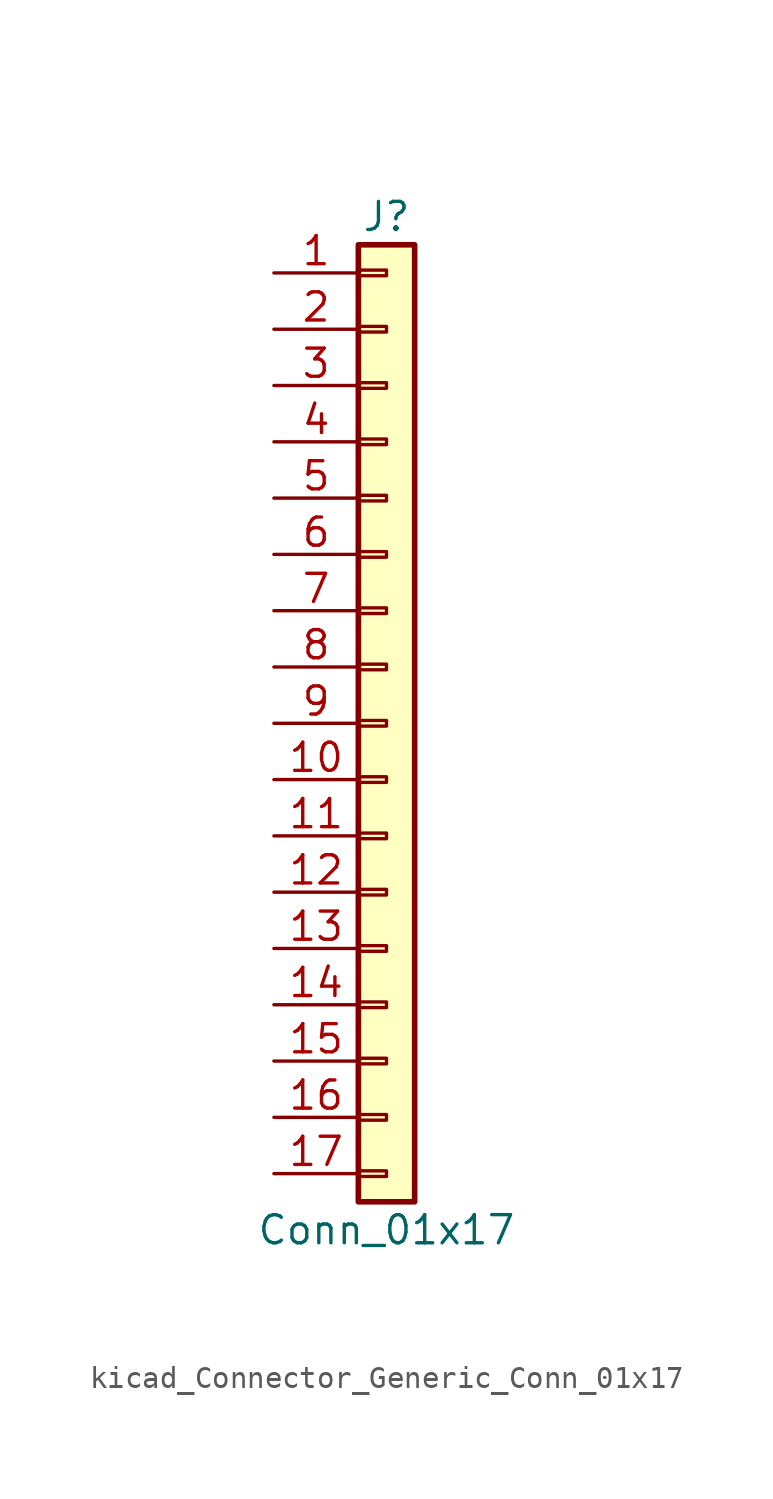
<source format=kicad_sym>
(kicad_symbol_lib
  (version 20220914)
  (generator kicad_symbol_editor)
  (symbol "kicad_Connector_Generic_Conn_01x17"
    (pin_names
      (offset 1.016) hide)
    (property "Reference" "J"
      (at 0 22.86 0)
      (effects (font (size 1.27 1.27))))
    (property "Value" "Conn_01x17"
      (at 0 -22.86 0)
      (effects (font (size 1.27 1.27))))
    (symbol "kicad_Connector_Generic_Conn_01x17_1_1"
      (rectangle (start -1.27 -20.193) (end 0 -20.447) (stroke (width 0.152) (type default)) (fill (type none)))
      (rectangle (start -1.27 -17.653) (end 0 -17.907) (stroke (width 0.152) (type default)) (fill (type none)))
      (rectangle (start -1.27 -15.113) (end 0 -15.367) (stroke (width 0.152) (type default)) (fill (type none)))
      (rectangle (start -1.27 -12.573) (end 0 -12.827) (stroke (width 0.152) (type default)) (fill (type none)))
      (rectangle (start -1.27 -10.033) (end 0 -10.287) (stroke (width 0.152) (type default)) (fill (type none)))
      (rectangle (start -1.27 -7.493) (end 0 -7.747) (stroke (width 0.152) (type default)) (fill (type none)))
      (rectangle (start -1.27 -4.953) (end 0 -5.207) (stroke (width 0.152) (type default)) (fill (type none)))
      (rectangle (start -1.27 -2.413) (end 0 -2.667) (stroke (width 0.152) (type default)) (fill (type none)))
      (rectangle (start -1.27 0.127) (end 0 -0.127) (stroke (width 0.152) (type default)) (fill (type none)))
      (rectangle (start -1.27 2.667) (end 0 2.413) (stroke (width 0.152) (type default)) (fill (type none)))
      (rectangle (start -1.27 5.207) (end 0 4.953) (stroke (width 0.152) (type default)) (fill (type none)))
      (rectangle (start -1.27 7.747) (end 0 7.493) (stroke (width 0.152) (type default)) (fill (type none)))
      (rectangle (start -1.27 10.287) (end 0 10.033) (stroke (width 0.152) (type default)) (fill (type none)))
      (rectangle (start -1.27 12.827) (end 0 12.573) (stroke (width 0.152) (type default)) (fill (type none)))
      (rectangle (start -1.27 15.367) (end 0 15.113) (stroke (width 0.152) (type default)) (fill (type none)))
      (rectangle (start -1.27 17.907) (end 0 17.653) (stroke (width 0.152) (type default)) (fill (type none)))
      (rectangle (start -1.27 20.447) (end 0 20.193) (stroke (width 0.152) (type default)) (fill (type none)))
      (rectangle (start -1.27 21.59) (end 1.27 -21.59) (stroke (width 0.254) (type default)) (fill (type background)))
      (pin passive line (at -5.08 20.32 0) (length 3.81) (name "Pin_1" (effects (font (size 1.27 1.27)))) (number "1" (effects (font (size 1.27 1.27)))))
      (pin passive line (at -5.08 -2.54 0) (length 3.81) (name "Pin_10" (effects (font (size 1.27 1.27)))) (number "10" (effects (font (size 1.27 1.27)))))
      (pin passive line (at -5.08 -5.08 0) (length 3.81) (name "Pin_11" (effects (font (size 1.27 1.27)))) (number "11" (effects (font (size 1.27 1.27)))))
      (pin passive line (at -5.08 -7.62 0) (length 3.81) (name "Pin_12" (effects (font (size 1.27 1.27)))) (number "12" (effects (font (size 1.27 1.27)))))
      (pin passive line (at -5.08 -10.16 0) (length 3.81) (name "Pin_13" (effects (font (size 1.27 1.27)))) (number "13" (effects (font (size 1.27 1.27)))))
      (pin passive line (at -5.08 -12.7 0) (length 3.81) (name "Pin_14" (effects (font (size 1.27 1.27)))) (number "14" (effects (font (size 1.27 1.27)))))
      (pin passive line (at -5.08 -15.24 0) (length 3.81) (name "Pin_15" (effects (font (size 1.27 1.27)))) (number "15" (effects (font (size 1.27 1.27)))))
      (pin passive line (at -5.08 -17.78 0) (length 3.81) (name "Pin_16" (effects (font (size 1.27 1.27)))) (number "16" (effects (font (size 1.27 1.27)))))
      (pin passive line (at -5.08 -20.32 0) (length 3.81) (name "Pin_17" (effects (font (size 1.27 1.27)))) (number "17" (effects (font (size 1.27 1.27)))))
      (pin passive line (at -5.08 17.78 0) (length 3.81) (name "Pin_2" (effects (font (size 1.27 1.27)))) (number "2" (effects (font (size 1.27 1.27)))))
      (pin passive line (at -5.08 15.24 0) (length 3.81) (name "Pin_3" (effects (font (size 1.27 1.27)))) (number "3" (effects (font (size 1.27 1.27)))))
      (pin passive line (at -5.08 12.7 0) (length 3.81) (name "Pin_4" (effects (font (size 1.27 1.27)))) (number "4" (effects (font (size 1.27 1.27)))))
      (pin passive line (at -5.08 10.16 0) (length 3.81) (name "Pin_5" (effects (font (size 1.27 1.27)))) (number "5" (effects (font (size 1.27 1.27)))))
      (pin passive line (at -5.08 7.62 0) (length 3.81) (name "Pin_6" (effects (font (size 1.27 1.27)))) (number "6" (effects (font (size 1.27 1.27)))))
      (pin passive line (at -5.08 5.08 0) (length 3.81) (name "Pin_7" (effects (font (size 1.27 1.27)))) (number "7" (effects (font (size 1.27 1.27)))))
      (pin passive line (at -5.08 2.54 0) (length 3.81) (name "Pin_8" (effects (font (size 1.27 1.27)))) (number "8" (effects (font (size 1.27 1.27)))))
      (pin passive line (at -5.08 0 0) (length 3.81) (name "Pin_9" (effects (font (size 1.27 1.27)))) (number "9" (effects (font (size 1.27 1.27))))))))
</source>
